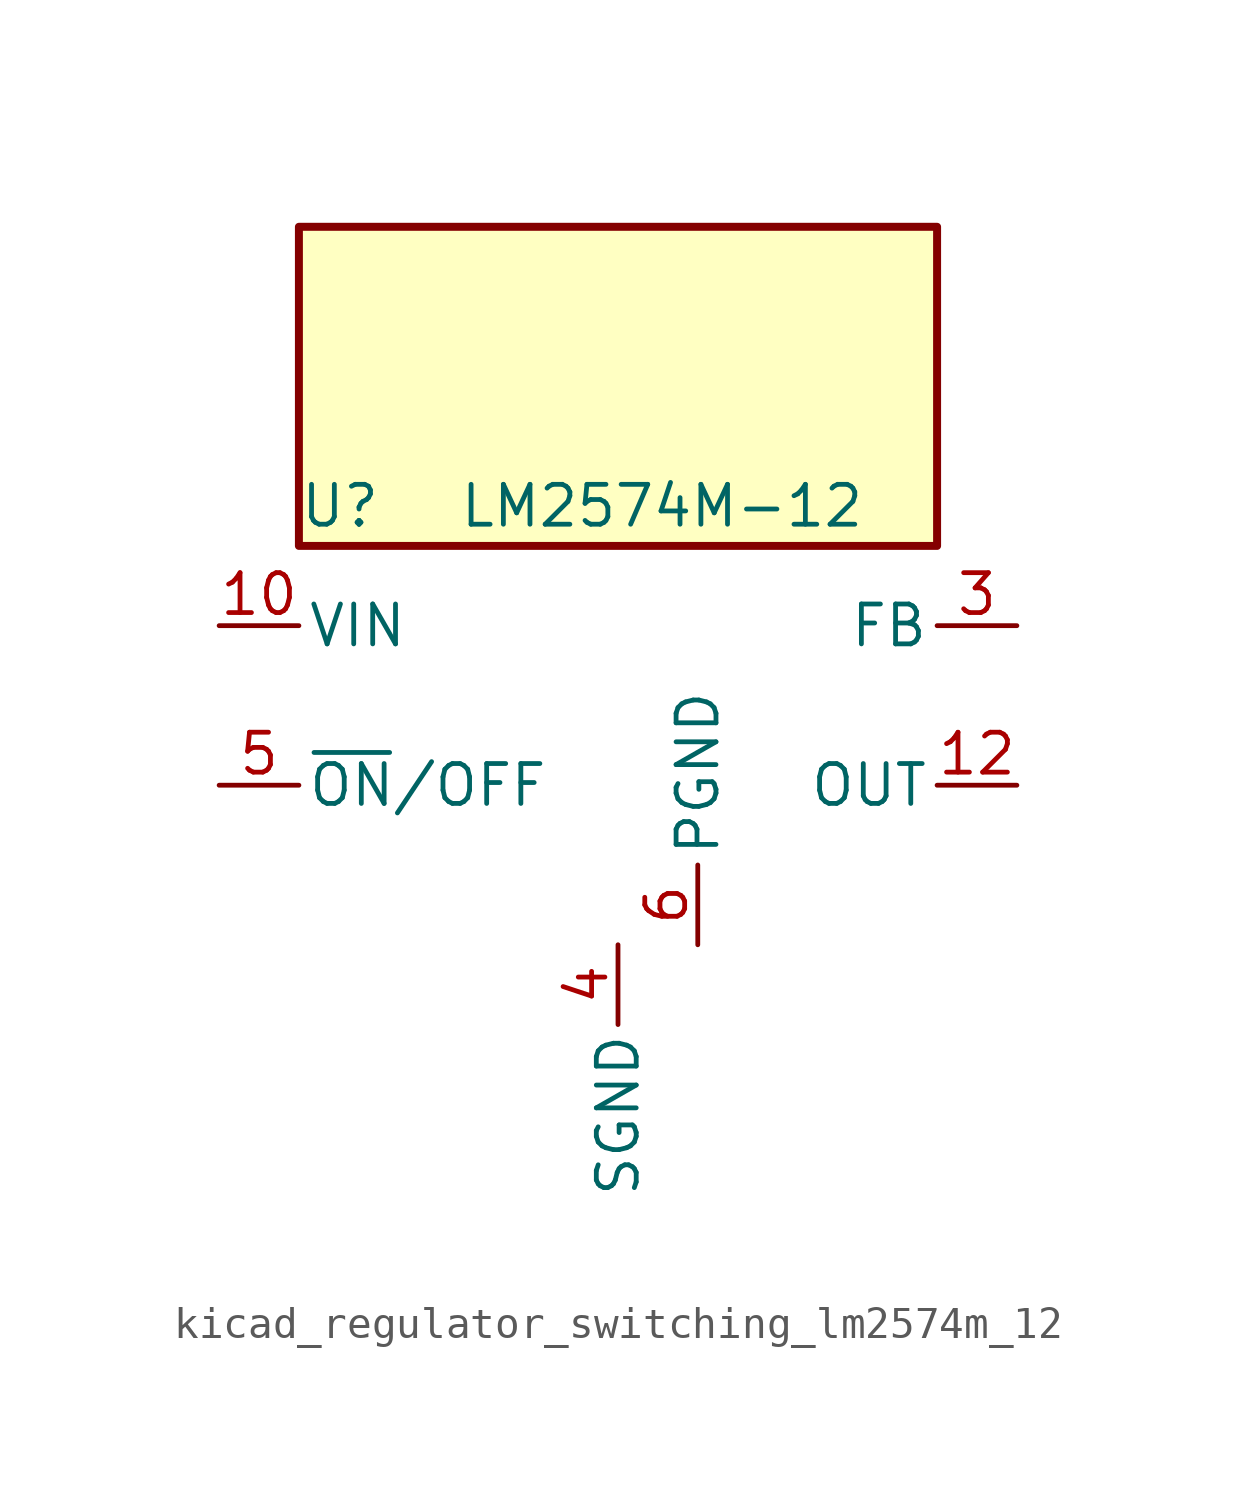
<source format=kicad_sym>
(kicad_symbol_lib
  (version 20220914)
  (generator kicad_symbol_editor)
  (symbol "kicad_regulator_switching_lm2574m_12"
    (pin_names
      (offset 0.254))
    (property "Reference" "U"
      (at -10.16 6.35 0)
      (effects (font (size 1.27 1.27)) (justify left)))
    (property "Value" "LM2574M-12"
      (at -5.08 6.35 0)
      (effects (font (size 1.27 1.27)) (justify left)))
    (symbol "kicad_regulator_switching_lm2574m_12_0_1"
      (rectangle (start 10.16 15.24) (end -10.16 5.08) (stroke (width 0.254) (type default)) (fill (type background))))
    (symbol "kicad_regulator_switching_lm2574m_12_1_1"
      (pin power_in line (at -12.7 2.54 0) (length 2.54) (name "VIN" (effects (font (size 1.27 1.27)))) (number "10" (effects (font (size 1.27 1.27)))))
      (pin output line (at 12.7 -2.54 180) (length 2.54) (name "OUT" (effects (font (size 1.27 1.27)))) (number "12" (effects (font (size 1.27 1.27)))))
      (pin input line (at 12.7 2.54 180) (length 2.54) (name "FB" (effects (font (size 1.27 1.27)))) (number "3" (effects (font (size 1.27 1.27)))))
      (pin power_in line (at 0 -7.62 270) (length 2.54) (name "SGND" (effects (font (size 1.27 1.27)))) (number "4" (effects (font (size 1.27 1.27)))))
      (pin input line (at -12.7 -2.54 0) (length 2.54) (name "~{ON}/OFF" (effects (font (size 1.27 1.27)))) (number "5" (effects (font (size 1.27 1.27)))))
      (pin power_in line (at 2.54 -7.62 90) (length 2.54) (name "PGND" (effects (font (size 1.27 1.27)))) (number "6" (effects (font (size 1.27 1.27))))))))
</source>
